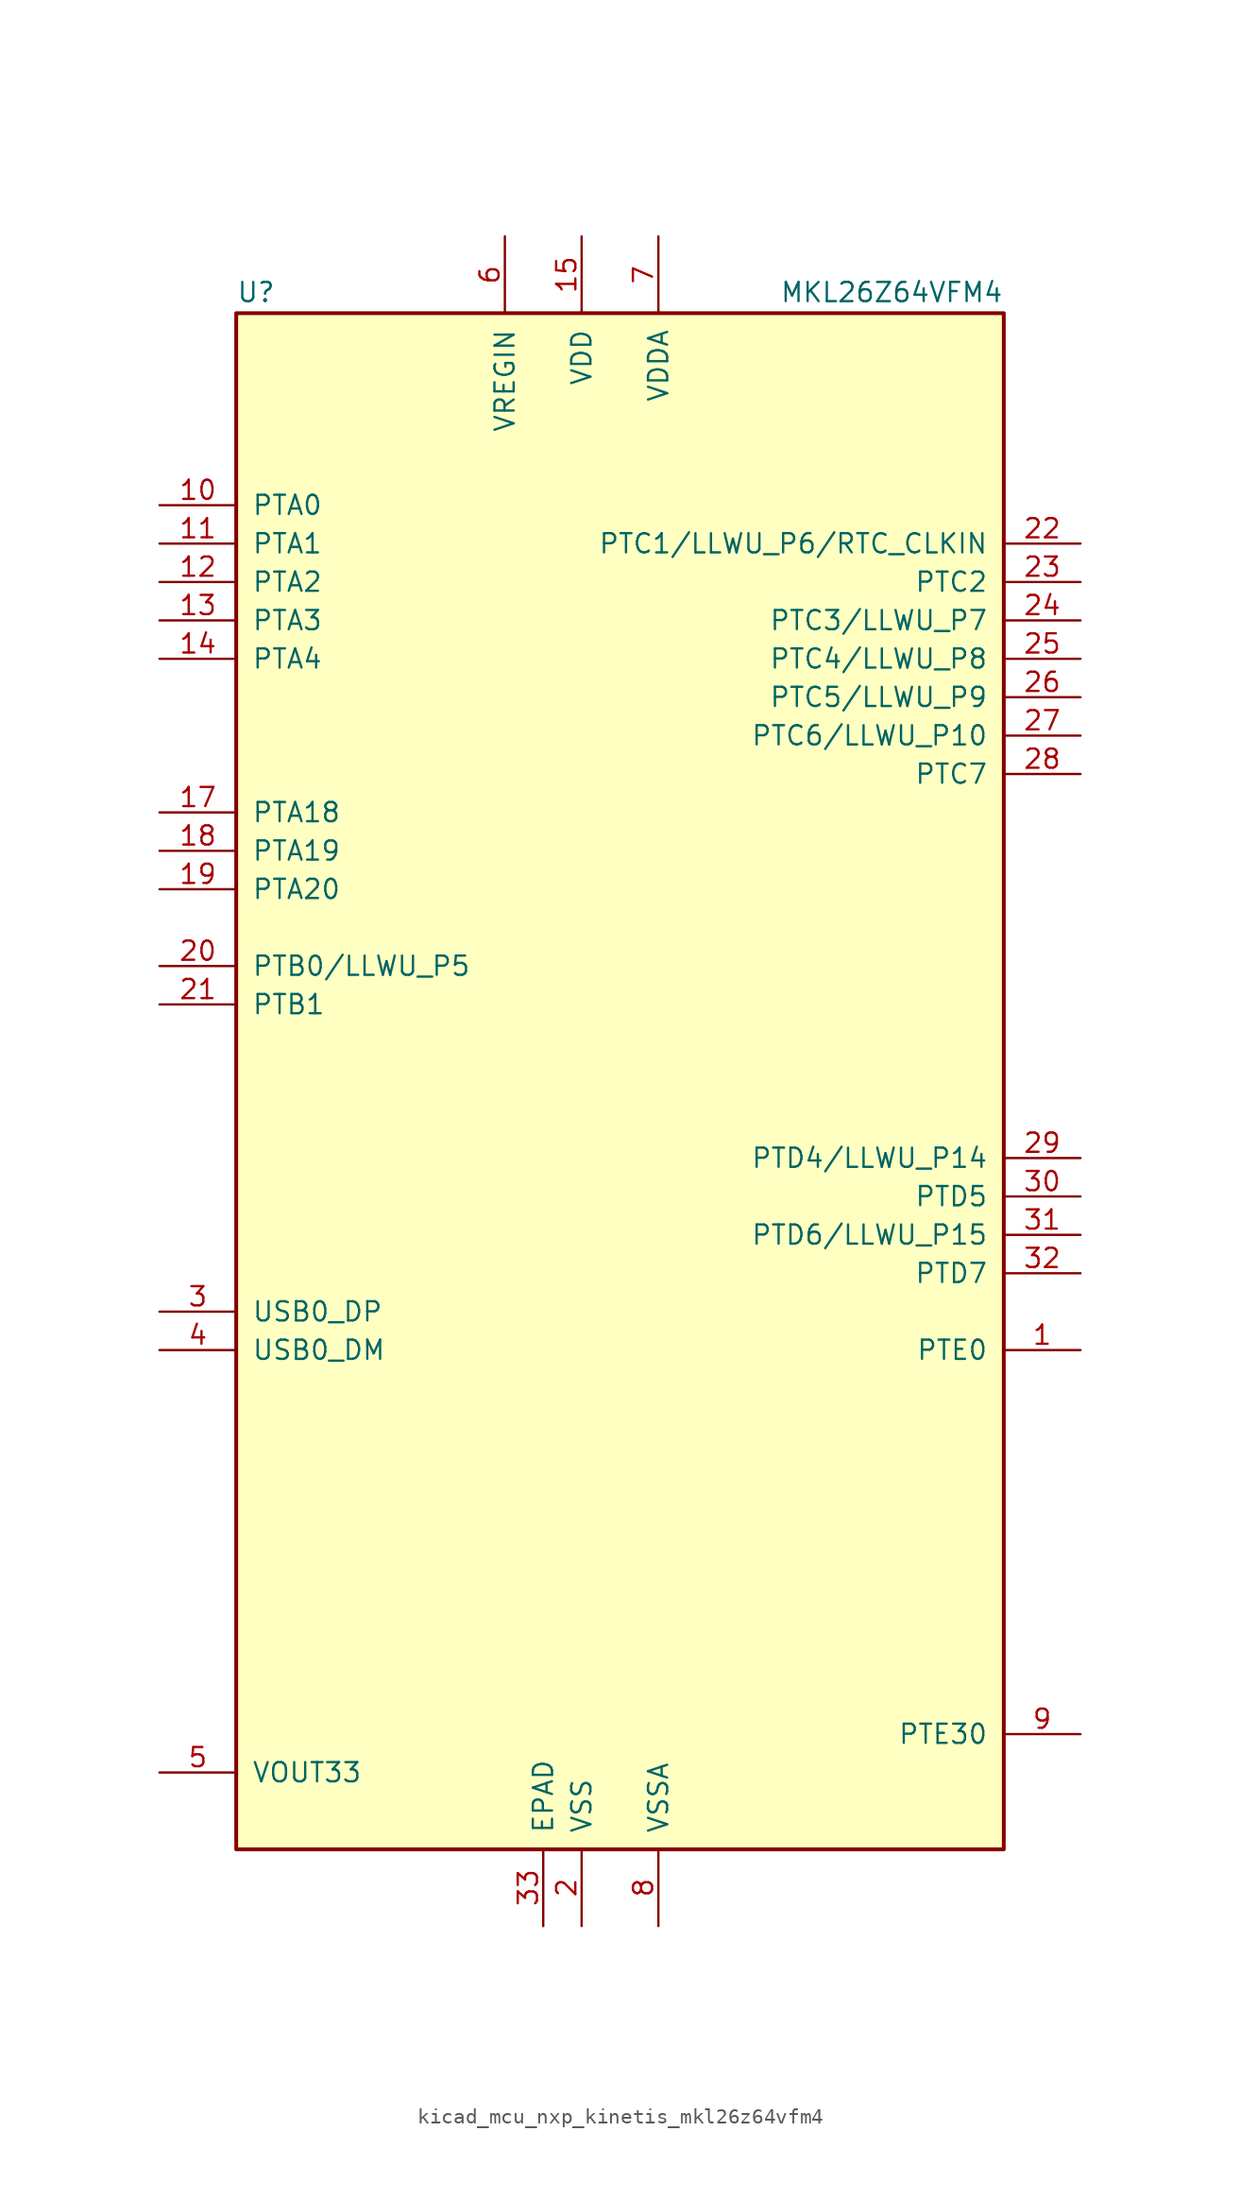
<source format=kicad_sym>
(kicad_symbol_lib
  (version 20220914)
  (generator kicad_symbol_editor)
  (symbol "kicad_mcu_nxp_kinetis_mkl26z64vfm4"
    (pin_names
      (offset 1.016))
    (property "Reference" "U"
      (at -25.4 51.435 0)
      (effects (font (size 1.27 1.27)) (justify left bottom)))
    (property "Value" "MKL26Z64VFM4"
      (at 25.4 51.435 0)
      (effects (font (size 1.27 1.27)) (justify right bottom)))
    (symbol "kicad_mcu_nxp_kinetis_mkl26z64vfm4_0_1"
      (rectangle (start -25.4 50.8) (end 25.4 -50.8) (stroke (width 0.254) (type default)) (fill (type background))))
    (symbol "kicad_mcu_nxp_kinetis_mkl26z64vfm4_1_1"
      (pin bidirectional line (at 30.48 -17.78 180) (length 5.08) (name "PTE0" (effects (font (size 1.27 1.27)))) (number "1" (effects (font (size 1.27 1.27)))))
      (pin bidirectional line (at -30.48 38.1 0) (length 5.08) (name "PTA0" (effects (font (size 1.27 1.27)))) (number "10" (effects (font (size 1.27 1.27)))))
      (pin bidirectional line (at -30.48 35.56 0) (length 5.08) (name "PTA1" (effects (font (size 1.27 1.27)))) (number "11" (effects (font (size 1.27 1.27)))))
      (pin bidirectional line (at -30.48 33.02 0) (length 5.08) (name "PTA2" (effects (font (size 1.27 1.27)))) (number "12" (effects (font (size 1.27 1.27)))))
      (pin bidirectional line (at -30.48 30.48 0) (length 5.08) (name "PTA3" (effects (font (size 1.27 1.27)))) (number "13" (effects (font (size 1.27 1.27)))))
      (pin bidirectional line (at -30.48 27.94 0) (length 5.08) (name "PTA4" (effects (font (size 1.27 1.27)))) (number "14" (effects (font (size 1.27 1.27)))))
      (pin power_in line (at -2.54 55.88 270) (length 5.08) (name "VDD" (effects (font (size 1.27 1.27)))) (number "15" (effects (font (size 1.27 1.27)))))
      (pin passive line (at -2.54 -55.88 90) (length 5.08) hide (name "VSS" (effects (font (size 1.27 1.27)))) (number "16" (effects (font (size 1.27 1.27)))))
      (pin bidirectional line (at -30.48 17.78 0) (length 5.08) (name "PTA18" (effects (font (size 1.27 1.27)))) (number "17" (effects (font (size 1.27 1.27)))))
      (pin bidirectional line (at -30.48 15.24 0) (length 5.08) (name "PTA19" (effects (font (size 1.27 1.27)))) (number "18" (effects (font (size 1.27 1.27)))))
      (pin bidirectional line (at -30.48 12.7 0) (length 5.08) (name "PTA20" (effects (font (size 1.27 1.27)))) (number "19" (effects (font (size 1.27 1.27)))))
      (pin power_in line (at -2.54 -55.88 90) (length 5.08) (name "VSS" (effects (font (size 1.27 1.27)))) (number "2" (effects (font (size 1.27 1.27)))))
      (pin bidirectional line (at -30.48 7.62 0) (length 5.08) (name "PTB0/LLWU_P5" (effects (font (size 1.27 1.27)))) (number "20" (effects (font (size 1.27 1.27)))))
      (pin bidirectional line (at -30.48 5.08 0) (length 5.08) (name "PTB1" (effects (font (size 1.27 1.27)))) (number "21" (effects (font (size 1.27 1.27)))))
      (pin bidirectional line (at 30.48 35.56 180) (length 5.08) (name "PTC1/LLWU_P6/RTC_CLKIN" (effects (font (size 1.27 1.27)))) (number "22" (effects (font (size 1.27 1.27)))))
      (pin bidirectional line (at 30.48 33.02 180) (length 5.08) (name "PTC2" (effects (font (size 1.27 1.27)))) (number "23" (effects (font (size 1.27 1.27)))))
      (pin bidirectional line (at 30.48 30.48 180) (length 5.08) (name "PTC3/LLWU_P7" (effects (font (size 1.27 1.27)))) (number "24" (effects (font (size 1.27 1.27)))))
      (pin bidirectional line (at 30.48 27.94 180) (length 5.08) (name "PTC4/LLWU_P8" (effects (font (size 1.27 1.27)))) (number "25" (effects (font (size 1.27 1.27)))))
      (pin bidirectional line (at 30.48 25.4 180) (length 5.08) (name "PTC5/LLWU_P9" (effects (font (size 1.27 1.27)))) (number "26" (effects (font (size 1.27 1.27)))))
      (pin bidirectional line (at 30.48 22.86 180) (length 5.08) (name "PTC6/LLWU_P10" (effects (font (size 1.27 1.27)))) (number "27" (effects (font (size 1.27 1.27)))))
      (pin bidirectional line (at 30.48 20.32 180) (length 5.08) (name "PTC7" (effects (font (size 1.27 1.27)))) (number "28" (effects (font (size 1.27 1.27)))))
      (pin bidirectional line (at 30.48 -5.08 180) (length 5.08) (name "PTD4/LLWU_P14" (effects (font (size 1.27 1.27)))) (number "29" (effects (font (size 1.27 1.27)))))
      (pin bidirectional line (at -30.48 -15.24 0) (length 5.08) (name "USB0_DP" (effects (font (size 1.27 1.27)))) (number "3" (effects (font (size 1.27 1.27)))))
      (pin bidirectional line (at 30.48 -7.62 180) (length 5.08) (name "PTD5" (effects (font (size 1.27 1.27)))) (number "30" (effects (font (size 1.27 1.27)))))
      (pin bidirectional line (at 30.48 -10.16 180) (length 5.08) (name "PTD6/LLWU_P15" (effects (font (size 1.27 1.27)))) (number "31" (effects (font (size 1.27 1.27)))))
      (pin bidirectional line (at 30.48 -12.7 180) (length 5.08) (name "PTD7" (effects (font (size 1.27 1.27)))) (number "32" (effects (font (size 1.27 1.27)))))
      (pin power_in line (at -5.08 -55.88 90) (length 5.08) (name "EPAD" (effects (font (size 1.27 1.27)))) (number "33" (effects (font (size 1.27 1.27)))))
      (pin bidirectional line (at -30.48 -17.78 0) (length 5.08) (name "USB0_DM" (effects (font (size 1.27 1.27)))) (number "4" (effects (font (size 1.27 1.27)))))
      (pin power_out line (at -30.48 -45.72 0) (length 5.08) (name "VOUT33" (effects (font (size 1.27 1.27)))) (number "5" (effects (font (size 1.27 1.27)))))
      (pin power_in line (at -7.62 55.88 270) (length 5.08) (name "VREGIN" (effects (font (size 1.27 1.27)))) (number "6" (effects (font (size 1.27 1.27)))))
      (pin power_in line (at 2.54 55.88 270) (length 5.08) (name "VDDA" (effects (font (size 1.27 1.27)))) (number "7" (effects (font (size 1.27 1.27)))))
      (pin power_in line (at 2.54 -55.88 90) (length 5.08) (name "VSSA" (effects (font (size 1.27 1.27)))) (number "8" (effects (font (size 1.27 1.27)))))
      (pin bidirectional line (at 30.48 -43.18 180) (length 5.08) (name "PTE30" (effects (font (size 1.27 1.27)))) (number "9" (effects (font (size 1.27 1.27))))))))
</source>
